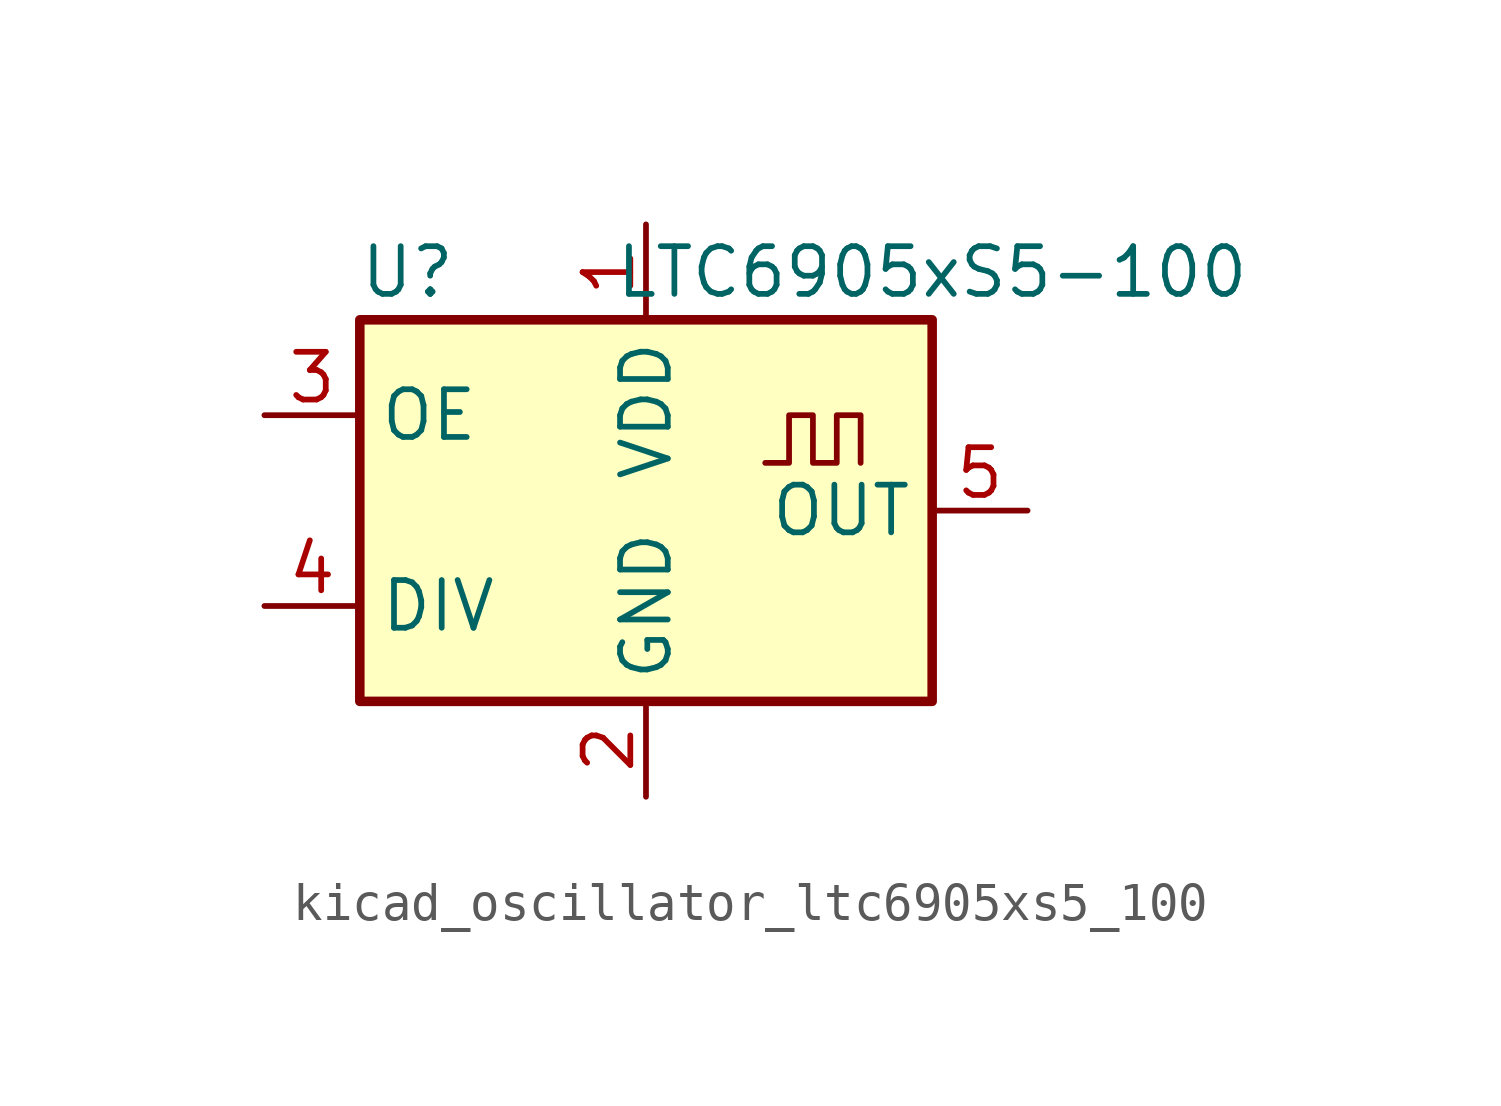
<source format=kicad_sym>
(kicad_symbol_lib
  (version 20220914)
  (generator kicad_symbol_editor)
  (symbol "kicad_oscillator_ltc6905xs5_100"
    (property "Reference" "U"
      (at -6.35 6.35 0)
      (effects (font (size 1.27 1.27))))
    (property "Value" "LTC6905xS5-100"
      (at 7.62 6.35 0)
      (effects (font (size 1.27 1.27))))
    (symbol "kicad_oscillator_ltc6905xs5_100_1_1"
      (rectangle (start -7.62 5.08) (end 7.62 -5.08) (stroke (width 0.254) (type default)) (fill (type background)))
      (polyline (pts (xy 3.175 1.27) (xy 3.81 1.27) (xy 3.81 2.54) (xy 4.445 2.54) (xy 4.445 1.27) (xy 5.08 1.27) (xy 5.08 2.54) (xy 5.715 2.54) (xy 5.715 1.27)) (stroke (width 0) (type default)) (fill (type none)))
      (pin power_in line (at 0 7.62 270) (length 2.54) (name "VDD" (effects (font (size 1.27 1.27)))) (number "1" (effects (font (size 1.27 1.27)))))
      (pin power_in line (at 0 -7.62 90) (length 2.54) (name "GND" (effects (font (size 1.27 1.27)))) (number "2" (effects (font (size 1.27 1.27)))))
      (pin input line (at -10.16 2.54 0) (length 2.54) (name "OE" (effects (font (size 1.27 1.27)))) (number "3" (effects (font (size 1.27 1.27)))))
      (pin input line (at -10.16 -2.54 0) (length 2.54) (name "DIV" (effects (font (size 1.27 1.27)))) (number "4" (effects (font (size 1.27 1.27)))))
      (pin output line (at 10.16 0 180) (length 2.54) (name "OUT" (effects (font (size 1.27 1.27)))) (number "5" (effects (font (size 1.27 1.27))))))))
</source>
